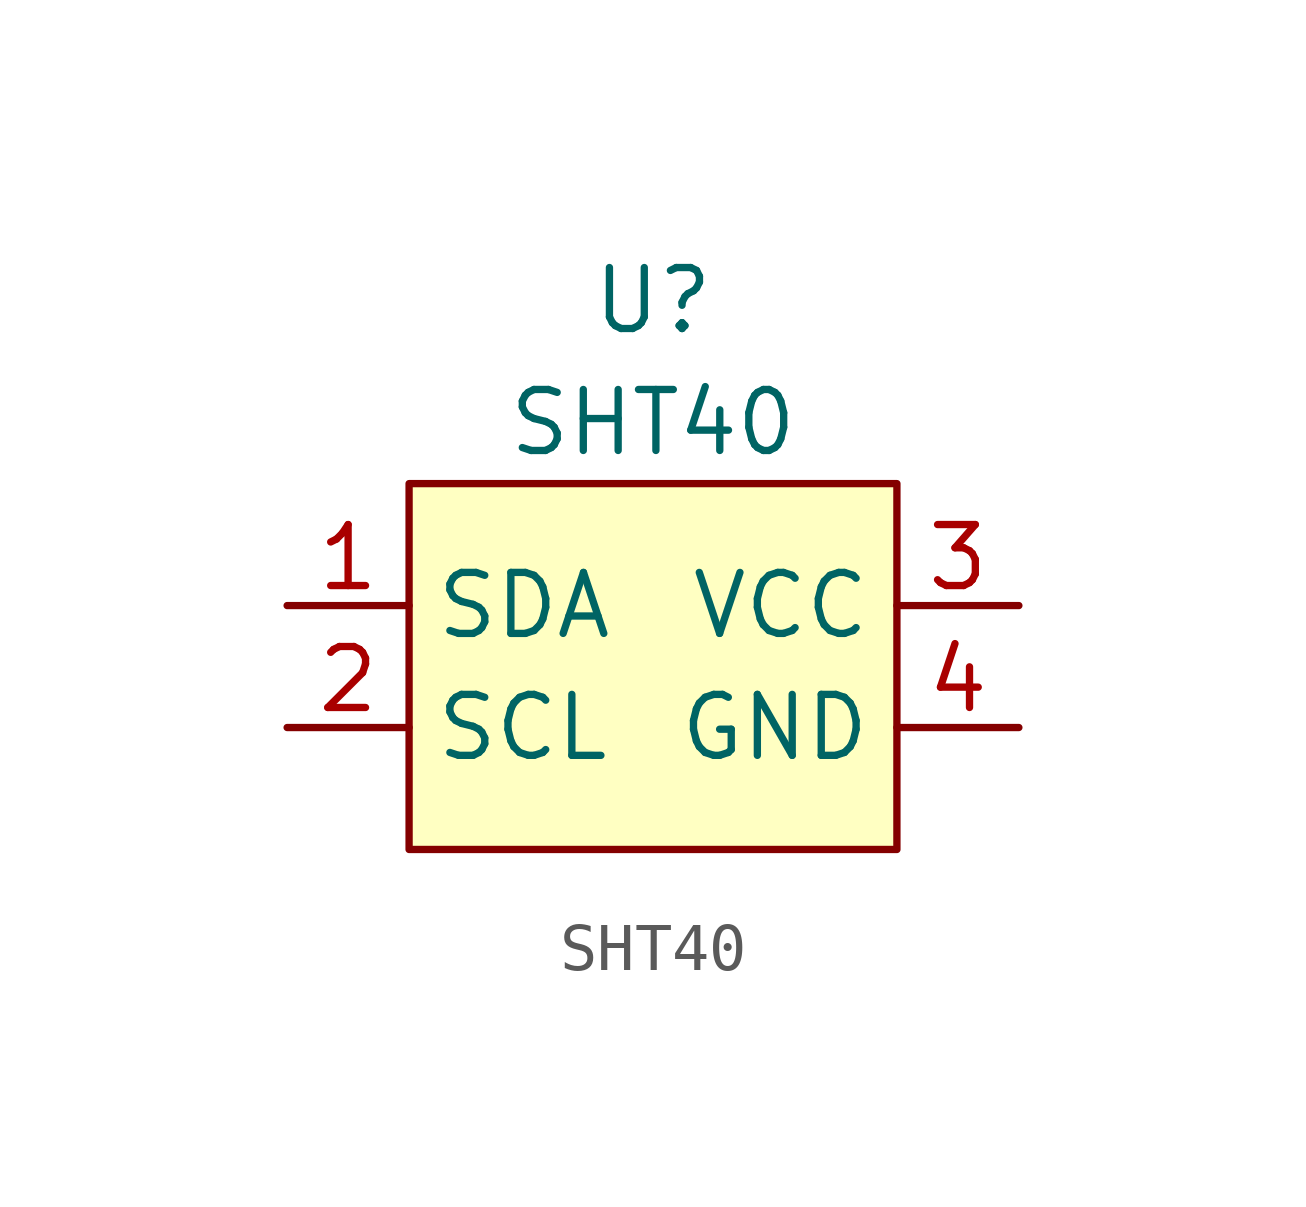
<source format=kicad_sym>
(kicad_symbol_lib
  (version 20211014)
  (generator kicad_symbol_editor)
  (symbol "SHT40"
    (property "Reference" "U"
      (at 0 7.62 0)
      (effects (font (size 1.27 1.27))))
    (property "Value" "SHT40"
      (at 0 5.08 0)
      (effects (font (size 1.27 1.27))))
    (symbol "SHT40_0_1"
      (rectangle (start -5.08 3.81) (end 5.08 -3.81) (stroke (width 0) (type default) (color 0 0 0 0)) (fill (type background))))
    (symbol "SHT40_1_1"
      (pin bidirectional line (at -7.62 1.27 0) (length 2.54) (name "SDA" (effects (font (size 1.27 1.27)))) (number "1" (effects (font (size 1.27 1.27)))))
      (pin input line (at -7.62 -1.27 0) (length 2.54) (name "SCL" (effects (font (size 1.27 1.27)))) (number "2" (effects (font (size 1.27 1.27)))))
      (pin power_in line (at 7.62 1.27 180) (length 2.54) (name "VCC" (effects (font (size 1.27 1.27)))) (number "3" (effects (font (size 1.27 1.27)))))
      (pin power_in line (at 7.62 -1.27 180) (length 2.54) (name "GND" (effects (font (size 1.27 1.27)))) (number "4" (effects (font (size 1.27 1.27))))))))
</source>
